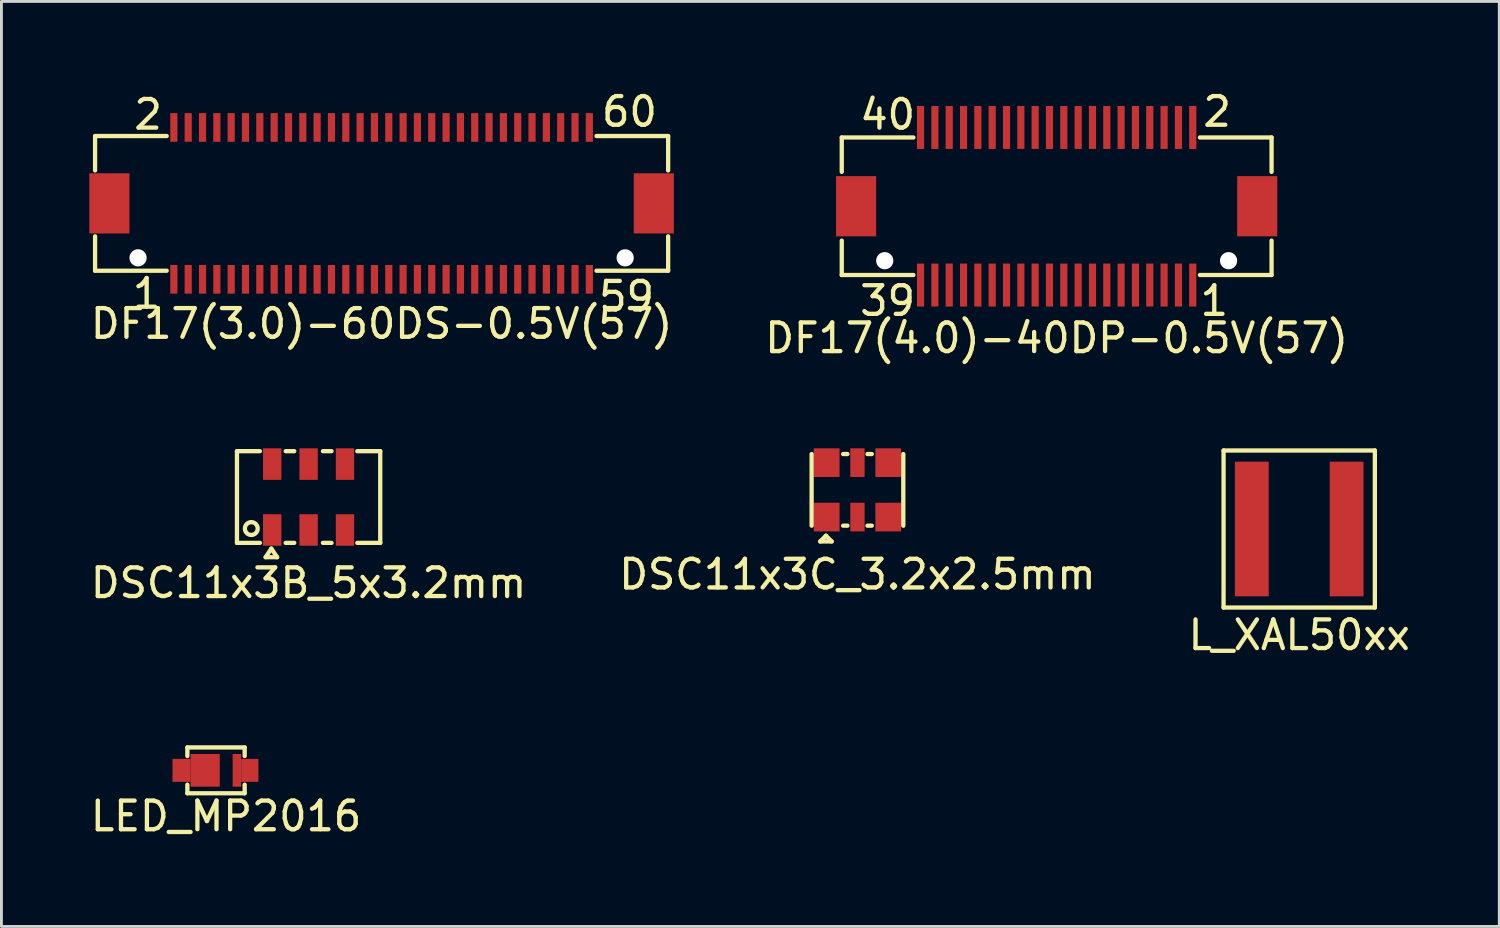
<source format=kicad_pcb>
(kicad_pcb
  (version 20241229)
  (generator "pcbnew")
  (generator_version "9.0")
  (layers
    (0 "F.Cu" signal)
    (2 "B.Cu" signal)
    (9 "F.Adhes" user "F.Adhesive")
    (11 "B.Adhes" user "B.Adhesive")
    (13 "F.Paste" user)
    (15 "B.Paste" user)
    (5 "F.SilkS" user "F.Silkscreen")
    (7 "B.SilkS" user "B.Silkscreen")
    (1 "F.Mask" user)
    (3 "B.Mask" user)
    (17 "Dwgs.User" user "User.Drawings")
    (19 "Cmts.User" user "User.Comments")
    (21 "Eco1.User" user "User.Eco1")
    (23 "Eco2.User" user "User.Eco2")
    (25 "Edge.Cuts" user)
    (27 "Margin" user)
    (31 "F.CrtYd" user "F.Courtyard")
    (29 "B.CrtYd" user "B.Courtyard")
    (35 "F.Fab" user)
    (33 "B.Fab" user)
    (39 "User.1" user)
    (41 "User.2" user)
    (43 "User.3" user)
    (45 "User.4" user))
  (footprint "DF17(3.0)-60DS-0.5V(57)"
    (layer "F.Cu")
    (at 10.268 4.048)
    (property "Reference" "DF17(3.0)-60DS-0.5V(57)" (at 0 4.2 0) (layer "F.SilkS") (effects (font (size 1 1) (thickness 0.15))))
    (attr through_hole)
    (fp_line (start -10 -2.35) (end -7.5 -2.35) (stroke (width 0.15) (type solid)) (layer "F.SilkS"))
    (fp_line (start -10 -1.15) (end -10 -2.35) (stroke (width 0.15) (type solid)) (layer "F.SilkS"))
    (fp_line (start -10 2.35) (end -10 1.15) (stroke (width 0.15) (type solid)) (layer "F.SilkS"))
    (fp_line (start -7.5 2.35) (end -10 2.35) (stroke (width 0.15) (type solid)) (layer "F.SilkS"))
    (fp_line (start 7.5 -2.35) (end 10 -2.35) (stroke (width 0.15) (type solid)) (layer "F.SilkS"))
    (fp_line (start 10 -2.35) (end 10 -1.15) (stroke (width 0.15) (type solid)) (layer "F.SilkS"))
    (fp_line (start 10 1.15) (end 10 2.35) (stroke (width 0.15) (type solid)) (layer "F.SilkS"))
    (fp_line (start 10 2.35) (end 7.5 2.35) (stroke (width 0.15) (type solid)) (layer "F.SilkS"))
    (fp_text user "60" (at 8.65 -3.2 0) (layer "F.SilkS") (effects (font (size 1 1) (thickness 0.15))))
    (fp_text user "1" (at -8.2 3.15 0) (layer "F.SilkS") (effects (font (size 1 1) (thickness 0.15))))
    (fp_text user "59" (at 8.55 3.25 0) (layer "F.SilkS") (effects (font (size 1 1) (thickness 0.15))))
    (fp_text user "2" (at -8.15 -3.1 0) (layer "F.SilkS") (effects (font (size 1 1) (thickness 0.15))))
    (pad "" np_thru_hole circle (at -8.5 1.9) (size 0.6 0.6) (drill 0.6) (layers "*.Cu" "*.Mask"))
    (pad "" np_thru_hole circle (at 8.5 1.9) (size 0.6 0.6) (drill 0.6) (layers "*.Cu" "*.Mask"))
    (pad "1" smd rect (at -7.25 2.65) (size 0.25 1) (layers "F.Cu" "F.Mask" "F.Paste"))
    (pad "2" smd rect (at -7.25 -2.65) (size 0.25 1) (layers "F.Cu" "F.Mask" "F.Paste"))
    (pad "3" smd rect (at -6.75 2.65) (size 0.25 1) (layers "F.Cu" "F.Mask" "F.Paste"))
    (pad "4" smd rect (at -6.75 -2.65) (size 0.25 1) (layers "F.Cu" "F.Mask" "F.Paste"))
    (pad "5" smd rect (at -6.25 2.65) (size 0.25 1) (layers "F.Cu" "F.Mask" "F.Paste"))
    (pad "6" smd rect (at -6.25 -2.65) (size 0.25 1) (layers "F.Cu" "F.Mask" "F.Paste"))
    (pad "7" smd rect (at -5.75 2.65) (size 0.25 1) (layers "F.Cu" "F.Mask" "F.Paste"))
    (pad "8" smd rect (at -5.75 -2.65) (size 0.25 1) (layers "F.Cu" "F.Mask" "F.Paste"))
    (pad "9" smd rect (at -5.25 2.65) (size 0.25 1) (layers "F.Cu" "F.Mask" "F.Paste"))
    (pad "10" smd rect (at -5.25 -2.65) (size 0.25 1) (layers "F.Cu" "F.Mask" "F.Paste"))
    (pad "11" smd rect (at -4.75 2.65) (size 0.25 1) (layers "F.Cu" "F.Mask" "F.Paste"))
    (pad "12" smd rect (at -4.75 -2.65) (size 0.25 1) (layers "F.Cu" "F.Mask" "F.Paste"))
    (pad "13" smd rect (at -4.25 2.65) (size 0.25 1) (layers "F.Cu" "F.Mask" "F.Paste"))
    (pad "14" smd rect (at -4.25 -2.65) (size 0.25 1) (layers "F.Cu" "F.Mask" "F.Paste"))
    (pad "15" smd rect (at -3.75 2.65) (size 0.25 1) (layers "F.Cu" "F.Mask" "F.Paste"))
    (pad "16" smd rect (at -3.75 -2.65) (size 0.25 1) (layers "F.Cu" "F.Mask" "F.Paste"))
    (pad "17" smd rect (at -3.25 2.65) (size 0.25 1) (layers "F.Cu" "F.Mask" "F.Paste"))
    (pad "18" smd rect (at -3.25 -2.65) (size 0.25 1) (layers "F.Cu" "F.Mask" "F.Paste"))
    (pad "19" smd rect (at -2.75 2.65) (size 0.25 1) (layers "F.Cu" "F.Mask" "F.Paste"))
    (pad "20" smd rect (at -2.75 -2.65) (size 0.25 1) (layers "F.Cu" "F.Mask" "F.Paste"))
    (pad "21" smd rect (at -2.25 2.65) (size 0.25 1) (layers "F.Cu" "F.Mask" "F.Paste"))
    (pad "22" smd rect (at -2.25 -2.65) (size 0.25 1) (layers "F.Cu" "F.Mask" "F.Paste"))
    (pad "23" smd rect (at -1.75 2.65) (size 0.25 1) (layers "F.Cu" "F.Mask" "F.Paste"))
    (pad "24" smd rect (at -1.75 -2.65) (size 0.25 1) (layers "F.Cu" "F.Mask" "F.Paste"))
    (pad "25" smd rect (at -1.25 2.65) (size 0.25 1) (layers "F.Cu" "F.Mask" "F.Paste"))
    (pad "26" smd rect (at -1.25 -2.65) (size 0.25 1) (layers "F.Cu" "F.Mask" "F.Paste"))
    (pad "27" smd rect (at -0.75 2.65) (size 0.25 1) (layers "F.Cu" "F.Mask" "F.Paste"))
    (pad "28" smd rect (at -0.75 -2.65) (size 0.25 1) (layers "F.Cu" "F.Mask" "F.Paste"))
    (pad "29" smd rect (at -0.25 2.65) (size 0.25 1) (layers "F.Cu" "F.Mask" "F.Paste"))
    (pad "30" smd rect (at -0.25 -2.65) (size 0.25 1) (layers "F.Cu" "F.Mask" "F.Paste"))
    (pad "31" smd rect (at 0.25 2.65) (size 0.25 1) (layers "F.Cu" "F.Mask" "F.Paste"))
    (pad "32" smd rect (at 0.25 -2.65) (size 0.25 1) (layers "F.Cu" "F.Mask" "F.Paste"))
    (pad "33" smd rect (at 0.75 2.65) (size 0.25 1) (layers "F.Cu" "F.Mask" "F.Paste"))
    (pad "34" smd rect (at 0.75 -2.65) (size 0.25 1) (layers "F.Cu" "F.Mask" "F.Paste"))
    (pad "35" smd rect (at 1.25 2.65) (size 0.25 1) (layers "F.Cu" "F.Mask" "F.Paste"))
    (pad "36" smd rect (at 1.25 -2.65) (size 0.25 1) (layers "F.Cu" "F.Mask" "F.Paste"))
    (pad "37" smd rect (at 1.75 2.65) (size 0.25 1) (layers "F.Cu" "F.Mask" "F.Paste"))
    (pad "38" smd rect (at 1.75 -2.65) (size 0.25 1) (layers "F.Cu" "F.Mask" "F.Paste"))
    (pad "39" smd rect (at 2.25 2.65) (size 0.25 1) (layers "F.Cu" "F.Mask" "F.Paste"))
    (pad "40" smd rect (at 2.25 -2.65) (size 0.25 1) (layers "F.Cu" "F.Mask" "F.Paste"))
    (pad "41" smd rect (at 2.75 2.65) (size 0.25 1) (layers "F.Cu" "F.Mask" "F.Paste"))
    (pad "42" smd rect (at 2.75 -2.65) (size 0.25 1) (layers "F.Cu" "F.Mask" "F.Paste"))
    (pad "43" smd rect (at 3.25 2.65) (size 0.25 1) (layers "F.Cu" "F.Mask" "F.Paste"))
    (pad "44" smd rect (at 3.25 -2.65) (size 0.25 1) (layers "F.Cu" "F.Mask" "F.Paste"))
    (pad "45" smd rect (at 3.75 2.65) (size 0.25 1) (layers "F.Cu" "F.Mask" "F.Paste"))
    (pad "46" smd rect (at 3.75 -2.65) (size 0.25 1) (layers "F.Cu" "F.Mask" "F.Paste"))
    (pad "47" smd rect (at 4.25 2.65) (size 0.25 1) (layers "F.Cu" "F.Mask" "F.Paste"))
    (pad "48" smd rect (at 4.25 -2.65) (size 0.25 1) (layers "F.Cu" "F.Mask" "F.Paste"))
    (pad "49" smd rect (at 4.75 2.65) (size 0.25 1) (layers "F.Cu" "F.Mask" "F.Paste"))
    (pad "50" smd rect (at 4.75 -2.65) (size 0.25 1) (layers "F.Cu" "F.Mask" "F.Paste"))
    (pad "51" smd rect (at 5.25 2.65) (size 0.25 1) (layers "F.Cu" "F.Mask" "F.Paste"))
    (pad "52" smd rect (at 5.25 -2.65) (size 0.25 1) (layers "F.Cu" "F.Mask" "F.Paste"))
    (pad "53" smd rect (at 5.75 2.65) (size 0.25 1) (layers "F.Cu" "F.Mask" "F.Paste"))
    (pad "54" smd rect (at 5.75 -2.65) (size 0.25 1) (layers "F.Cu" "F.Mask" "F.Paste"))
    (pad "55" smd rect (at 6.25 2.65) (size 0.25 1) (layers "F.Cu" "F.Mask" "F.Paste"))
    (pad "56" smd rect (at 6.25 -2.65) (size 0.25 1) (layers "F.Cu" "F.Mask" "F.Paste"))
    (pad "57" smd rect (at 6.75 2.65) (size 0.25 1) (layers "F.Cu" "F.Mask" "F.Paste"))
    (pad "58" smd rect (at 6.75 -2.65) (size 0.25 1) (layers "F.Cu" "F.Mask" "F.Paste"))
    (pad "59" smd rect (at 7.25 2.65) (size 0.25 1) (layers "F.Cu" "F.Mask" "F.Paste"))
    (pad "60" smd rect (at 7.25 -2.65) (size 0.25 1) (layers "F.Cu" "F.Mask" "F.Paste"))
    (pad "S" smd rect (at -9.5 0) (size 1.4 2.1) (layers "F.Cu" "F.Mask" "F.Paste"))
    (pad "S" smd rect (at 9.5 0) (size 1.4 2.1) (layers "F.Cu" "F.Mask" "F.Paste")))
  (footprint "DF17(4.0)-40DP-0.5V(57)"
    (layer "F.Cu")
    (at 33.827 4.148)
    (property "Reference" "DF17(4.0)-40DP-0.5V(57)" (at 0 4.6 0) (layer "F.SilkS") (effects (font (size 1 1) (thickness 0.15))))
    (attr through_hole)
    (fp_line (start -7.5 -2.4) (end -5 -2.4) (stroke (width 0.15) (type solid)) (layer "F.SilkS"))
    (fp_line (start -7.5 -1.2) (end -7.5 -2.4) (stroke (width 0.15) (type solid)) (layer "F.SilkS"))
    (fp_line (start -7.5 2.4) (end -7.5 1.2) (stroke (width 0.15) (type solid)) (layer "F.SilkS"))
    (fp_line (start -5 2.4) (end -7.5 2.4) (stroke (width 0.15) (type solid)) (layer "F.SilkS"))
    (fp_line (start 7.5 -2.4) (end 5 -2.4) (stroke (width 0.15) (type solid)) (layer "F.SilkS"))
    (fp_line (start 7.5 -2.4) (end 7.5 -1.2) (stroke (width 0.15) (type solid)) (layer "F.SilkS"))
    (fp_line (start 7.5 1.2) (end 7.5 2.4) (stroke (width 0.15) (type solid)) (layer "F.SilkS"))
    (fp_line (start 7.5 2.4) (end 5 2.4) (stroke (width 0.15) (type solid)) (layer "F.SilkS"))
    (fp_text user "2" (at 5.6 -3.3 0) (layer "F.SilkS") (effects (font (size 1 1) (thickness 0.15))))
    (fp_text user "40" (at -5.9 -3.2 0) (layer "F.SilkS") (effects (font (size 1 1) (thickness 0.15))))
    (fp_text user "1" (at 5.5 3.3 0) (layer "F.SilkS") (effects (font (size 1 1) (thickness 0.15))))
    (fp_text user "39" (at -5.9 3.3 0) (layer "F.SilkS") (effects (font (size 1 1) (thickness 0.15))))
    (pad "" np_thru_hole circle (at -6 1.9) (size 0.6 0.6) (drill 0.6) (layers "*.Cu" "*.Mask"))
    (pad "" np_thru_hole circle (at 6 1.9) (size 0.6 0.6) (drill 0.6) (layers "*.Cu" "*.Mask"))
    (pad "1" smd rect (at 4.75 2.75) (size 0.25 1.5) (layers "F.Cu" "F.Mask" "F.Paste"))
    (pad "2" smd rect (at 4.75 -2.75) (size 0.25 1.5) (layers "F.Cu" "F.Mask" "F.Paste"))
    (pad "3" smd rect (at 4.25 2.75) (size 0.25 1.5) (layers "F.Cu" "F.Mask" "F.Paste"))
    (pad "4" smd rect (at 4.25 -2.75) (size 0.25 1.5) (layers "F.Cu" "F.Mask" "F.Paste"))
    (pad "5" smd rect (at 3.75 2.75) (size 0.25 1.5) (layers "F.Cu" "F.Mask" "F.Paste"))
    (pad "6" smd rect (at 3.75 -2.75) (size 0.25 1.5) (layers "F.Cu" "F.Mask" "F.Paste"))
    (pad "7" smd rect (at 3.25 2.75) (size 0.25 1.5) (layers "F.Cu" "F.Mask" "F.Paste"))
    (pad "8" smd rect (at 3.25 -2.75) (size 0.25 1.5) (layers "F.Cu" "F.Mask" "F.Paste"))
    (pad "9" smd rect (at 2.75 2.75) (size 0.25 1.5) (layers "F.Cu" "F.Mask" "F.Paste"))
    (pad "10" smd rect (at 2.75 -2.75) (size 0.25 1.5) (layers "F.Cu" "F.Mask" "F.Paste"))
    (pad "11" smd rect (at 2.25 2.75) (size 0.25 1.5) (layers "F.Cu" "F.Mask" "F.Paste"))
    (pad "12" smd rect (at 2.25 -2.75) (size 0.25 1.5) (layers "F.Cu" "F.Mask" "F.Paste"))
    (pad "13" smd rect (at 1.75 2.75) (size 0.25 1.5) (layers "F.Cu" "F.Mask" "F.Paste"))
    (pad "14" smd rect (at 1.75 -2.75) (size 0.25 1.5) (layers "F.Cu" "F.Mask" "F.Paste"))
    (pad "15" smd rect (at 1.25 2.75) (size 0.25 1.5) (layers "F.Cu" "F.Mask" "F.Paste"))
    (pad "16" smd rect (at 1.25 -2.75) (size 0.25 1.5) (layers "F.Cu" "F.Mask" "F.Paste"))
    (pad "17" smd rect (at 0.75 2.75) (size 0.25 1.5) (layers "F.Cu" "F.Mask" "F.Paste"))
    (pad "18" smd rect (at 0.75 -2.75) (size 0.25 1.5) (layers "F.Cu" "F.Mask" "F.Paste"))
    (pad "19" smd rect (at 0.25 2.75) (size 0.25 1.5) (layers "F.Cu" "F.Mask" "F.Paste"))
    (pad "20" smd rect (at 0.25 -2.75) (size 0.25 1.5) (layers "F.Cu" "F.Mask" "F.Paste"))
    (pad "21" smd rect (at -0.25 2.75) (size 0.25 1.5) (layers "F.Cu" "F.Mask" "F.Paste"))
    (pad "22" smd rect (at -0.25 -2.75) (size 0.25 1.5) (layers "F.Cu" "F.Mask" "F.Paste"))
    (pad "23" smd rect (at -0.75 2.75) (size 0.25 1.5) (layers "F.Cu" "F.Mask" "F.Paste"))
    (pad "24" smd rect (at -0.75 -2.75) (size 0.25 1.5) (layers "F.Cu" "F.Mask" "F.Paste"))
    (pad "25" smd rect (at -1.25 2.75) (size 0.25 1.5) (layers "F.Cu" "F.Mask" "F.Paste"))
    (pad "26" smd rect (at -1.25 -2.75) (size 0.25 1.5) (layers "F.Cu" "F.Mask" "F.Paste"))
    (pad "27" smd rect (at -1.75 2.75) (size 0.25 1.5) (layers "F.Cu" "F.Mask" "F.Paste"))
    (pad "28" smd rect (at -1.75 -2.75) (size 0.25 1.5) (layers "F.Cu" "F.Mask" "F.Paste"))
    (pad "29" smd rect (at -2.25 2.75) (size 0.25 1.5) (layers "F.Cu" "F.Mask" "F.Paste"))
    (pad "30" smd rect (at -2.25 -2.75) (size 0.25 1.5) (layers "F.Cu" "F.Mask" "F.Paste"))
    (pad "31" smd rect (at -2.75 2.75) (size 0.25 1.5) (layers "F.Cu" "F.Mask" "F.Paste"))
    (pad "32" smd rect (at -2.75 -2.75) (size 0.25 1.5) (layers "F.Cu" "F.Mask" "F.Paste"))
    (pad "33" smd rect (at -3.25 2.75) (size 0.25 1.5) (layers "F.Cu" "F.Mask" "F.Paste"))
    (pad "34" smd rect (at -3.25 -2.75) (size 0.25 1.5) (layers "F.Cu" "F.Mask" "F.Paste"))
    (pad "35" smd rect (at -3.75 2.75) (size 0.25 1.5) (layers "F.Cu" "F.Mask" "F.Paste"))
    (pad "36" smd rect (at -3.75 -2.75) (size 0.25 1.5) (layers "F.Cu" "F.Mask" "F.Paste"))
    (pad "37" smd rect (at -4.25 2.75) (size 0.25 1.5) (layers "F.Cu" "F.Mask" "F.Paste"))
    (pad "38" smd rect (at -4.25 -2.75) (size 0.25 1.5) (layers "F.Cu" "F.Mask" "F.Paste"))
    (pad "39" smd rect (at -4.75 2.75) (size 0.25 1.5) (layers "F.Cu" "F.Mask" "F.Paste"))
    (pad "40" smd rect (at -4.75 -2.75) (size 0.25 1.5) (layers "F.Cu" "F.Mask" "F.Paste"))
    (pad "S" smd rect (at -7 0) (size 1.4 2.1) (layers "F.Cu" "F.Mask" "F.Paste"))
    (pad "S" smd rect (at 7 0) (size 1.4 2.1) (layers "F.Cu" "F.Mask" "F.Paste")))
  (footprint "DSC11x3C_3.2x2.5mm"
    (layer "F.Cu")
    (at 26.875 14.046)
    (property "Reference" "DSC11x3C_3.2x2.5mm" (at 0 2.95 0) (layer "F.SilkS") (effects (font (size 1 1) (thickness 0.15))))
    (attr through_hole)
    (fp_line (start -1.6 1.25) (end -1.6 -1.25) (stroke (width 0.15) (type solid)) (layer "F.SilkS"))
    (fp_line (start -1.3 1.8) (end -0.9 1.8) (stroke (width 0.15) (type solid)) (layer "F.SilkS"))
    (fp_line (start -1.1 1.6) (end -1.3 1.8) (stroke (width 0.15) (type solid)) (layer "F.SilkS"))
    (fp_line (start -0.9 1.8) (end -1.1 1.6) (stroke (width 0.15) (type solid)) (layer "F.SilkS"))
    (fp_line (start -0.35 -1.25) (end -0.5 -1.25) (stroke (width 0.15) (type solid)) (layer "F.SilkS"))
    (fp_line (start -0.35 1.25) (end -0.5 1.25) (stroke (width 0.15) (type solid)) (layer "F.SilkS"))
    (fp_line (start 0.35 -1.25) (end 0.5 -1.25) (stroke (width 0.15) (type solid)) (layer "F.SilkS"))
    (fp_line (start 0.35 1.25) (end 0.5 1.25) (stroke (width 0.15) (type solid)) (layer "F.SilkS"))
    (fp_line (start 1.6 1.25) (end 1.6 -1.25) (stroke (width 0.15) (type solid)) (layer "F.SilkS"))
    (pad "1" smd rect (at -1.075 0.95) (size 0.9 1) (layers "F.Cu" "F.Mask" "F.Paste"))
    (pad "2" smd rect (at 0 0.95) (size 0.5 1) (layers "F.Cu" "F.Mask" "F.Paste"))
    (pad "3" smd rect (at 1.075 0.95) (size 0.9 1) (layers "F.Cu" "F.Mask" "F.Paste"))
    (pad "4" smd rect (at 1.075 -0.95) (size 0.9 1) (layers "F.Cu" "F.Mask" "F.Paste"))
    (pad "5" smd rect (at 0 -0.95) (size 0.5 1) (layers "F.Cu" "F.Mask" "F.Paste"))
    (pad "6" smd rect (at -1.075 -0.95) (size 0.9 1) (layers "F.Cu" "F.Mask" "F.Paste")))
  (footprint "L_XAL50xx"
    (layer "F.Cu")
    (at 42.292 15.412)
    (property "Reference" "L_XAL50xx" (at 0 3.7 0) (layer "F.SilkS") (effects (font (size 1 1) (thickness 0.15))))
    (attr through_hole)
    (fp_line (start -2.64 -2.74) (end -2.64 2.74) (stroke (width 0.15) (type solid)) (layer "F.SilkS"))
    (fp_line (start -2.64 2.74) (end 2.64 2.74) (stroke (width 0.15) (type solid)) (layer "F.SilkS"))
    (fp_line (start 2.64 -2.74) (end -2.64 -2.74) (stroke (width 0.15) (type solid)) (layer "F.SilkS"))
    (fp_line (start 2.64 2.74) (end 2.64 -2.74) (stroke (width 0.15) (type solid)) (layer "F.SilkS"))
    (pad "1" smd rect (at -1.655 0) (size 1.18 4.7) (layers "F.Cu" "F.Mask" "F.Paste"))
    (pad "2" smd rect (at 1.655 0) (size 1.18 4.7) (layers "F.Cu" "F.Mask" "F.Paste")))
  (footprint "LED_MP2016"
    (layer "F.Cu")
    (at 4.839 23.835)
    (property "Reference" "LED_MP2016" (at 0 1.6 0) (layer "F.SilkS") (effects (font (size 1 1) (thickness 0.15))))
    (attr through_hole)
    (fp_line (start -1.35 -0.8) (end -1.35 -0.5) (stroke (width 0.15) (type solid)) (layer "F.SilkS"))
    (fp_line (start -1.35 -0.8) (end 0.65 -0.8) (stroke (width 0.15) (type solid)) (layer "F.SilkS"))
    (fp_line (start -1.35 0.5) (end -1.35 0.8) (stroke (width 0.15) (type solid)) (layer "F.SilkS"))
    (fp_line (start -1.35 0.8) (end 0.65 0.8) (stroke (width 0.15) (type solid)) (layer "F.SilkS"))
    (fp_line (start 0.65 -0.8) (end 0.65 -0.5) (stroke (width 0.15) (type solid)) (layer "F.SilkS"))
    (fp_line (start 0.65 0.8) (end 0.65 0.5) (stroke (width 0.15) (type solid)) (layer "F.SilkS"))
    (pad "1" smd rect (at -1.555 0) (size 0.63 0.8) (layers "F.Cu" "F.Mask" "F.Paste"))
    (pad "1" smd rect (at -0.73 0) (size 1.02 1.14) (layers "F.Cu" "F.Mask" "F.Paste"))
    (pad "2" smd rect (at 0.38 0) (size 0.3 1.14) (layers "F.Cu" "F.Mask" "F.Paste"))
    (pad "2" smd rect (at 0.83 0) (size 0.6 0.8) (layers "F.Cu" "F.Mask" "F.Paste")))
  (footprint "DSC11x3B_5x3.2mm"
    (layer "F.Cu")
    (at 7.72 14.296)
    (property "Reference" "DSC11x3B_5x3.2mm" (at 0 3 0) (layer "F.SilkS") (effects (font (size 1 1) (thickness 0.15))))
    (attr through_hole)
    (fp_line (start -2.5 -1.6) (end -1.7 -1.6) (stroke (width 0.15) (type solid)) (layer "F.SilkS"))
    (fp_line (start -2.5 1.6) (end -2.5 -1.6) (stroke (width 0.15) (type solid)) (layer "F.SilkS"))
    (fp_line (start -1.7 1.6) (end -2.5 1.6) (stroke (width 0.15) (type solid)) (layer "F.SilkS"))
    (fp_line (start -1.5 2.1) (end -1.1 2.1) (stroke (width 0.15) (type solid)) (layer "F.SilkS"))
    (fp_line (start -1.3 1.8) (end -1.5 2.1) (stroke (width 0.15) (type solid)) (layer "F.SilkS"))
    (fp_line (start -1.1 2.1) (end -1.3 1.8) (stroke (width 0.15) (type solid)) (layer "F.SilkS"))
    (fp_line (start -0.5 -1.6) (end -0.8 -1.6) (stroke (width 0.15) (type solid)) (layer "F.SilkS"))
    (fp_line (start -0.5 1.6) (end -0.8 1.6) (stroke (width 0.15) (type solid)) (layer "F.SilkS"))
    (fp_line (start 0.8 -1.6) (end 0.5 -1.6) (stroke (width 0.15) (type solid)) (layer "F.SilkS"))
    (fp_line (start 0.8 1.6) (end 0.5 1.6) (stroke (width 0.15) (type solid)) (layer "F.SilkS"))
    (fp_line (start 2.5 -1.6) (end 1.7 -1.6) (stroke (width 0.15) (type solid)) (layer "F.SilkS"))
    (fp_line (start 2.5 1.6) (end 1.7 1.6) (stroke (width 0.15) (type solid)) (layer "F.SilkS"))
    (fp_line (start 2.5 1.6) (end 2.5 -1.6) (stroke (width 0.15) (type solid)) (layer "F.SilkS"))
    (fp_circle (center -2 1.1) (end -1.8 1) (stroke (width 0.15) (type solid)) (fill no) (layer "F.SilkS"))
    (pad "1" smd rect (at -1.27 1.15) (size 0.64 1.1) (layers "F.Cu" "F.Mask" "F.Paste"))
    (pad "2" smd rect (at 0 1.15) (size 0.64 1.1) (layers "F.Cu" "F.Mask" "F.Paste"))
    (pad "3" smd rect (at 1.27 1.15) (size 0.64 1.1) (layers "F.Cu" "F.Mask" "F.Paste"))
    (pad "4" smd rect (at 1.27 -1.15) (size 0.64 1.1) (layers "F.Cu" "F.Mask" "F.Paste"))
    (pad "5" smd rect (at 0 -1.15) (size 0.64 1.1) (layers "F.Cu" "F.Mask" "F.Paste"))
    (pad "6" smd rect (at -1.27 -1.15) (size 0.64 1.1) (layers "F.Cu" "F.Mask" "F.Paste")))
  (gr_rect
    (start -3 -3)
    (end 49.274 29.283)
    (stroke (width 0.1) (type default))
    (fill no)
    (layer "Edge.Cuts")))
</source>
